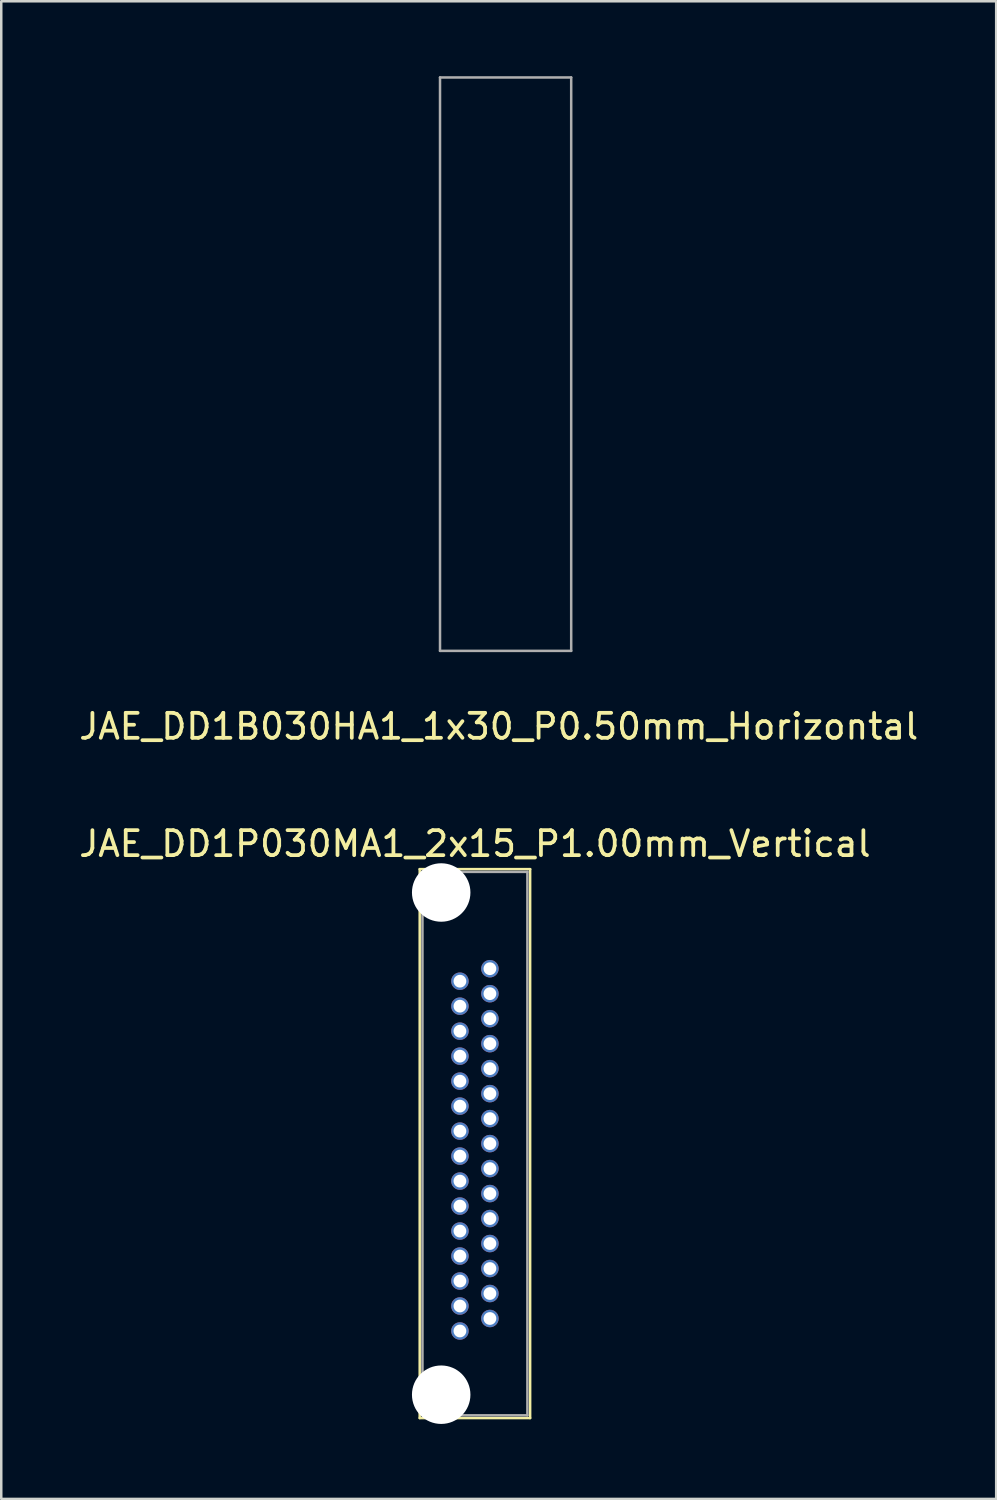
<source format=kicad_pcb>
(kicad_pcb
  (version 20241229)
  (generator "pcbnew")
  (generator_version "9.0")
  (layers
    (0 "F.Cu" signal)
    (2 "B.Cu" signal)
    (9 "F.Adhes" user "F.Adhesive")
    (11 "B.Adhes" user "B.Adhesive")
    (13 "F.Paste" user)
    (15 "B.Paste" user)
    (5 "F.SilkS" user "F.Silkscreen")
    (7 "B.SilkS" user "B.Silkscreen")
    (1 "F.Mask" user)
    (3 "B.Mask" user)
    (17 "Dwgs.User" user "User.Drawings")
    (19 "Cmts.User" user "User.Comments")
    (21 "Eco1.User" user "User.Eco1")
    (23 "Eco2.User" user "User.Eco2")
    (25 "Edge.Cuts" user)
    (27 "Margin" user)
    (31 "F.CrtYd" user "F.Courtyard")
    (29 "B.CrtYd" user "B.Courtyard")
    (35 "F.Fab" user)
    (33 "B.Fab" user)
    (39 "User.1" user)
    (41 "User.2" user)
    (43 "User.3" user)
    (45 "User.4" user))
  (footprint "JAE_DD1P030MA1_2x15_P1.00mm_Vertical"
    (layer "F.Cu")
    (at 15.958 42.721)
    (property "Reference" "JAE_DD1P030MA1_2x15_P1.00mm_Vertical" (at 0 -12 0) (layer "F.SilkS") (effects (font (size 1 1) (thickness 0.15))))
    (attr through_hole)
    (fp_line (start -2.21 -10.985) (end -2.21 10.985) (stroke (width 0.1) (type solid)) (layer "F.SilkS"))
    (fp_line (start -2.21 -10.985) (end 2.21 -10.985) (stroke (width 0.1) (type solid)) (layer "F.SilkS"))
    (fp_line (start -2.21 10.985) (end 2.21 10.985) (stroke (width 0.1) (type solid)) (layer "F.SilkS"))
    (fp_line (start 2.21 -10.985) (end 2.21 10.985) (stroke (width 0.1) (type solid)) (layer "F.SilkS"))
    (fp_line (start -2.1 -10.875) (end -2.1 10.875) (stroke (width 0.1) (type solid)) (layer "F.Fab"))
    (fp_line (start -2.1 -10.875) (end 2.1 -10.875) (stroke (width 0.1) (type solid)) (layer "F.Fab"))
    (fp_line (start -2.1 10.875) (end 2.1 10.875) (stroke (width 0.1) (type solid)) (layer "F.Fab"))
    (fp_line (start 2.1 -10.875) (end 2.1 10.875) (stroke (width 0.1) (type solid)) (layer "F.Fab"))
    (pad "" np_thru_hole circle (at -1.35 -10.05) (size 2.34 2.34) (drill 2.34) (layers "*.Cu" "*.Mask"))
    (pad "" np_thru_hole circle (at -1.35 10.05) (size 2.34 2.34) (drill 2.34) (layers "*.Cu" "*.Mask"))
    (pad "1" thru_hole circle (at 0.6 -7) (size 0.7 0.7) (drill 0.51) (layers "*.Cu" "*.Mask"))
    (pad "2" thru_hole circle (at -0.6 -6.5) (size 0.7 0.7) (drill 0.51) (layers "*.Cu" "*.Mask"))
    (pad "3" thru_hole circle (at 0.6 -6) (size 0.7 0.7) (drill 0.51) (layers "*.Cu" "*.Mask"))
    (pad "4" thru_hole circle (at -0.6 -5.5) (size 0.7 0.7) (drill 0.51) (layers "*.Cu" "*.Mask"))
    (pad "5" thru_hole circle (at 0.6 -5) (size 0.7 0.7) (drill 0.51) (layers "*.Cu" "*.Mask"))
    (pad "6" thru_hole circle (at -0.6 -4.5) (size 0.7 0.7) (drill 0.51) (layers "*.Cu" "*.Mask"))
    (pad "7" thru_hole circle (at 0.6 -4) (size 0.7 0.7) (drill 0.51) (layers "*.Cu" "*.Mask"))
    (pad "8" thru_hole circle (at -0.6 -3.5) (size 0.7 0.7) (drill 0.51) (layers "*.Cu" "*.Mask"))
    (pad "9" thru_hole circle (at 0.6 -3) (size 0.7 0.7) (drill 0.51) (layers "*.Cu" "*.Mask"))
    (pad "10" thru_hole circle (at -0.6 -2.5) (size 0.7 0.7) (drill 0.51) (layers "*.Cu" "*.Mask"))
    (pad "11" thru_hole circle (at 0.6 -2) (size 0.7 0.7) (drill 0.51) (layers "*.Cu" "*.Mask"))
    (pad "12" thru_hole circle (at -0.6 -1.5) (size 0.7 0.7) (drill 0.51) (layers "*.Cu" "*.Mask"))
    (pad "13" thru_hole circle (at 0.6 -1) (size 0.7 0.7) (drill 0.51) (layers "*.Cu" "*.Mask"))
    (pad "14" thru_hole circle (at -0.6 -0.5) (size 0.7 0.7) (drill 0.51) (layers "*.Cu" "*.Mask"))
    (pad "15" thru_hole circle (at 0.6 0) (size 0.7 0.7) (drill 0.51) (layers "*.Cu" "*.Mask"))
    (pad "16" thru_hole circle (at -0.6 0.5) (size 0.7 0.7) (drill 0.51) (layers "*.Cu" "*.Mask"))
    (pad "17" thru_hole circle (at 0.6 1) (size 0.7 0.7) (drill 0.51) (layers "*.Cu" "*.Mask"))
    (pad "18" thru_hole circle (at -0.6 1.5) (size 0.7 0.7) (drill 0.51) (layers "*.Cu" "*.Mask"))
    (pad "19" thru_hole circle (at 0.6 2) (size 0.7 0.7) (drill 0.51) (layers "*.Cu" "*.Mask"))
    (pad "20" thru_hole circle (at -0.6 2.5) (size 0.7 0.7) (drill 0.51) (layers "*.Cu" "*.Mask"))
    (pad "21" thru_hole circle (at 0.6 3) (size 0.7 0.7) (drill 0.51) (layers "*.Cu" "*.Mask"))
    (pad "22" thru_hole circle (at -0.6 3.5) (size 0.7 0.7) (drill 0.51) (layers "*.Cu" "*.Mask"))
    (pad "23" thru_hole circle (at 0.6 4) (size 0.7 0.7) (drill 0.51) (layers "*.Cu" "*.Mask"))
    (pad "24" thru_hole circle (at -0.6 4.5) (size 0.7 0.7) (drill 0.51) (layers "*.Cu" "*.Mask"))
    (pad "25" thru_hole circle (at 0.6 5) (size 0.7 0.7) (drill 0.51) (layers "*.Cu" "*.Mask"))
    (pad "26" thru_hole circle (at -0.6 5.5) (size 0.7 0.7) (drill 0.51) (layers "*.Cu" "*.Mask"))
    (pad "27" thru_hole circle (at 0.6 6) (size 0.7 0.7) (drill 0.51) (layers "*.Cu" "*.Mask"))
    (pad "28" thru_hole circle (at -0.6 6.5) (size 0.7 0.7) (drill 0.51) (layers "*.Cu" "*.Mask"))
    (pad "29" thru_hole circle (at 0.6 7) (size 0.7 0.7) (drill 0.51) (layers "*.Cu" "*.Mask"))
    (pad "30" thru_hole circle (at -0.6 7.5) (size 0.7 0.7) (drill 0.51) (layers "*.Cu" "*.Mask")))
  (footprint "JAE_DD1B030HA1_1x30_P0.50mm_Horizontal"
    (layer "F.Cu")
    (at 16.911 11.525)
    (property "Reference" "JAE_DD1B030HA1_1x30_P0.50mm_Horizontal" (at 0 14.5 180) (layer "F.SilkS") (effects (font (size 1 1) (thickness 0.15))))
    (attr through_hole)
    (fp_line (start -2.35 -11.475) (end -2.35 11.475) (stroke (width 0.1) (type solid)) (layer "F.Fab"))
    (fp_line (start -2.35 -11.475) (end 2.9 -11.475) (stroke (width 0.1) (type solid)) (layer "F.Fab"))
    (fp_line (start -2.35 11.475) (end 2.9 11.475) (stroke (width 0.1) (type solid)) (layer "F.Fab"))
    (fp_line (start 2.9 -11.475) (end 2.9 11.475) (stroke (width 0.1) (type solid)) (layer "F.Fab")))
  (gr_rect
    (start -3 -3)
    (end 36.821 56.941)
    (stroke (width 0.1) (type default))
    (fill no)
    (layer "Edge.Cuts")))
</source>
